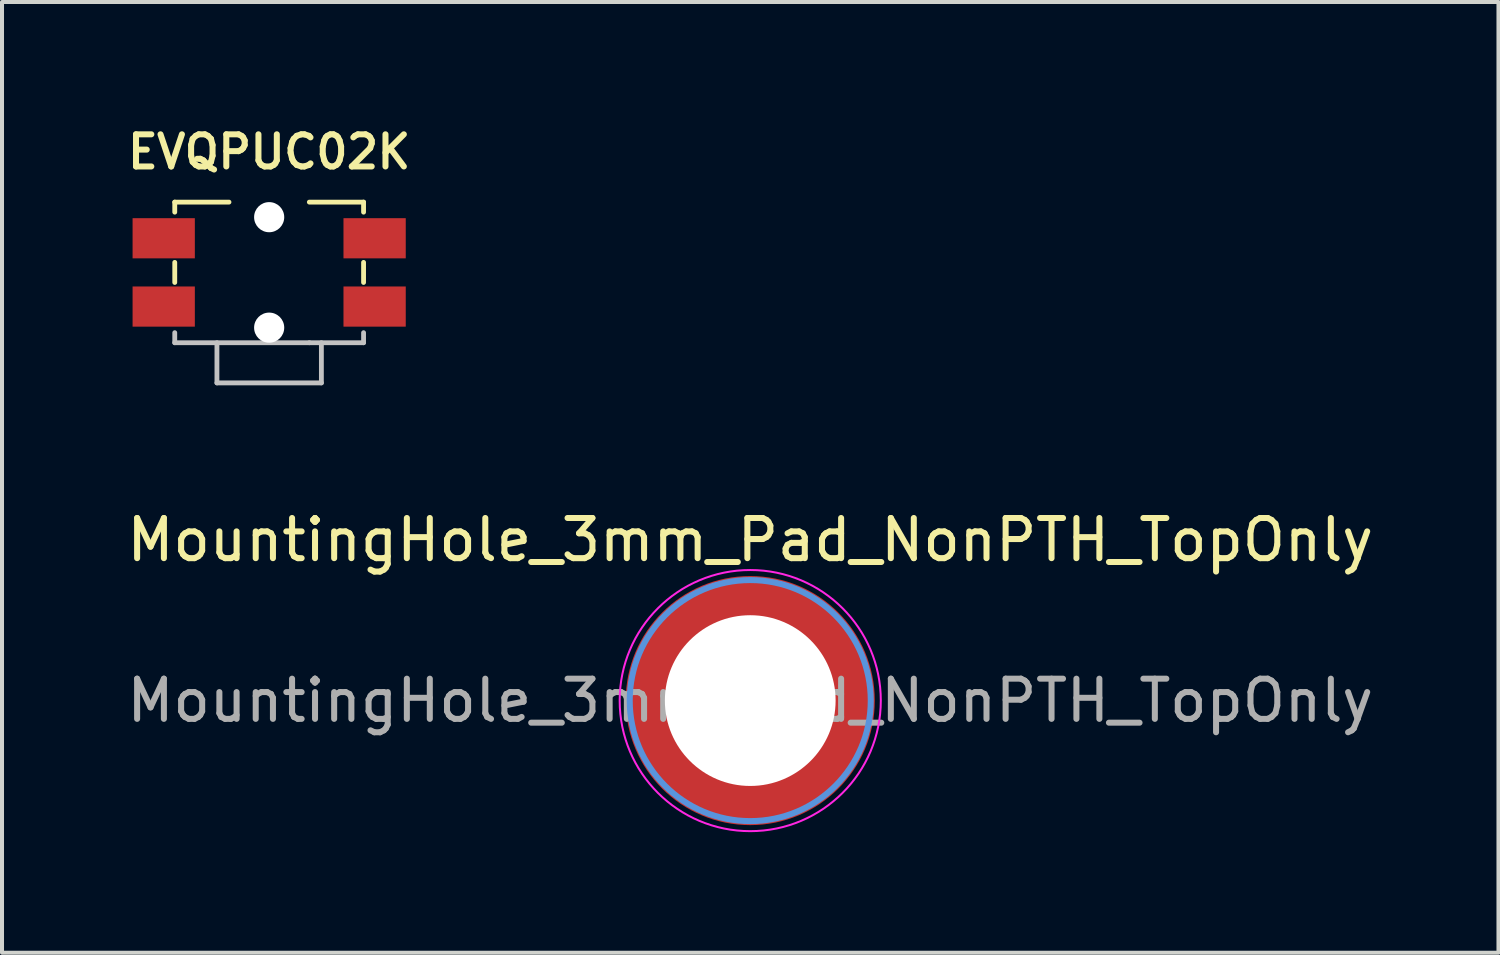
<source format=kicad_pcb>
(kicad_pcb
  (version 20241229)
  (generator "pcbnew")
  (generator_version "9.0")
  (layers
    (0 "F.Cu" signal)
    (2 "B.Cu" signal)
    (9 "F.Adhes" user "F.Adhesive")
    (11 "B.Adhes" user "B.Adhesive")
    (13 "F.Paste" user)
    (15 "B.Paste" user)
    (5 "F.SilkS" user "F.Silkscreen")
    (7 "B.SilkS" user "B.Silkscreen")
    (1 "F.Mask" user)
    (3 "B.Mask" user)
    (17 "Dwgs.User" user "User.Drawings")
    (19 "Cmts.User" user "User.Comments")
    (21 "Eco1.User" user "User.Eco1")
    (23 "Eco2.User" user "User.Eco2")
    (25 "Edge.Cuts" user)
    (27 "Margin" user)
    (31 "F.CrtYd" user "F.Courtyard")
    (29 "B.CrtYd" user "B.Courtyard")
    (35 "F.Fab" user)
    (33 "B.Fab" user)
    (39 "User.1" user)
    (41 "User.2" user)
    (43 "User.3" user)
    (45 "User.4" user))
  (footprint "MountingHole_3mm_Pad_NonPTH_TopOnly"
    (layer "F.Cu")
    (at 15.625 14.389)
    (property "Reference" "MountingHole_3mm_Pad_NonPTH_TopOnly" (at 0 -4 0) (layer "F.SilkS") (effects (font (size 1 1) (thickness 0.15))))
    (attr smd)
    (fp_circle (center 0 0) (end 2.7 0) (stroke (width 0.7) (type solid)) (fill no) (layer "F.Paste"))
    (fp_circle (center 0 0) (end 3 0) (stroke (width 0.15) (type solid)) (fill no) (layer "Cmts.User"))
    (fp_circle (center 0 0) (end 3.25 0) (stroke (width 0.05) (type solid)) (fill no) (layer "F.CrtYd"))
    (fp_text user "${REFERENCE}" (at 0 0 0) (layer "F.Fab") (effects (font (size 1 1) (thickness 0.15))))
    (pad "" np_thru_hole circle (at 0 0) (size 4.25 4.25) (drill 4.25) (layers "*.Cu" "*.Mask"))
    (pad "1" smd circle (at 0 0) (size 6.2 6.2) (layers "F.Cu" "F.Mask")))
  (footprint "EVQPUC02K"
    (layer "F.Cu")
    (at 3.65 3.731)
    (property "Reference" "EVQPUC02K" (at 0 -3 0) (layer "F.SilkS") (effects (font (size 0.8 0.8) (thickness 0.15))))
    (attr through_hole)
    (fp_line (start -2.35 -1.75) (end -1 -1.75) (stroke (width 0.12) (type solid)) (layer "F.SilkS"))
    (fp_line (start -2.35 -1.5) (end -2.35 -1.75) (stroke (width 0.12) (type solid)) (layer "F.SilkS"))
    (fp_line (start -2.35 0.25) (end -2.35 -0.25) (stroke (width 0.12) (type solid)) (layer "F.SilkS"))
    (fp_line (start 2.35 -1.75) (end 1 -1.75) (stroke (width 0.12) (type solid)) (layer "F.SilkS"))
    (fp_line (start 2.35 -1.75) (end 2.35 -1.5) (stroke (width 0.12) (type solid)) (layer "F.SilkS"))
    (fp_line (start 2.35 -0.25) (end 2.35 0.25) (stroke (width 0.12) (type solid)) (layer "F.SilkS"))
    (fp_line (start -2.35 1.75) (end -2.35 1.5) (stroke (width 0.12) (type solid)) (layer "Dwgs.User"))
    (fp_line (start -2.35 1.75) (end 1 1.75) (stroke (width 0.12) (type solid)) (layer "Dwgs.User"))
    (fp_line (start -1.3 2.75) (end -1.3 1.75) (stroke (width 0.12) (type solid)) (layer "Dwgs.User"))
    (fp_line (start -1.3 2.75) (end 1.3 2.75) (stroke (width 0.12) (type solid)) (layer "Dwgs.User"))
    (fp_line (start 1.3 2.75) (end 1.3 1.75) (stroke (width 0.12) (type solid)) (layer "Dwgs.User"))
    (fp_line (start 2.35 1.5) (end 2.35 1.75) (stroke (width 0.12) (type solid)) (layer "Dwgs.User"))
    (fp_line (start 2.35 1.75) (end 1 1.75) (stroke (width 0.12) (type solid)) (layer "Dwgs.User"))
    (pad "" np_thru_hole circle (at 0 -1.375 90) (size 0.75 0.75) (drill 0.75) (layers "*.Cu" "*.Mask"))
    (pad "" np_thru_hole circle (at 0 1.375) (size 0.75 0.75) (drill 0.75) (layers "*.Cu" "*.Mask"))
    (pad "1" smd rect (at 2.625 -0.85 90) (size 1 1.55) (layers "F.Cu" "F.Mask" "F.Paste"))
    (pad "2" smd rect (at 2.625 0.85 90) (size 1 1.55) (layers "F.Cu" "F.Mask" "F.Paste"))
    (pad "3" smd rect (at -2.625 -0.85 270) (size 1 1.55) (layers "F.Cu" "F.Mask" "F.Paste"))
    (pad "4" smd rect (at -2.625 0.85 90) (size 1 1.55) (layers "F.Cu" "F.Mask" "F.Paste")))
  (gr_rect
    (start -3 -3)
    (end 34.25 20.665)
    (stroke (width 0.1) (type default))
    (fill no)
    (layer "Edge.Cuts")))
</source>
